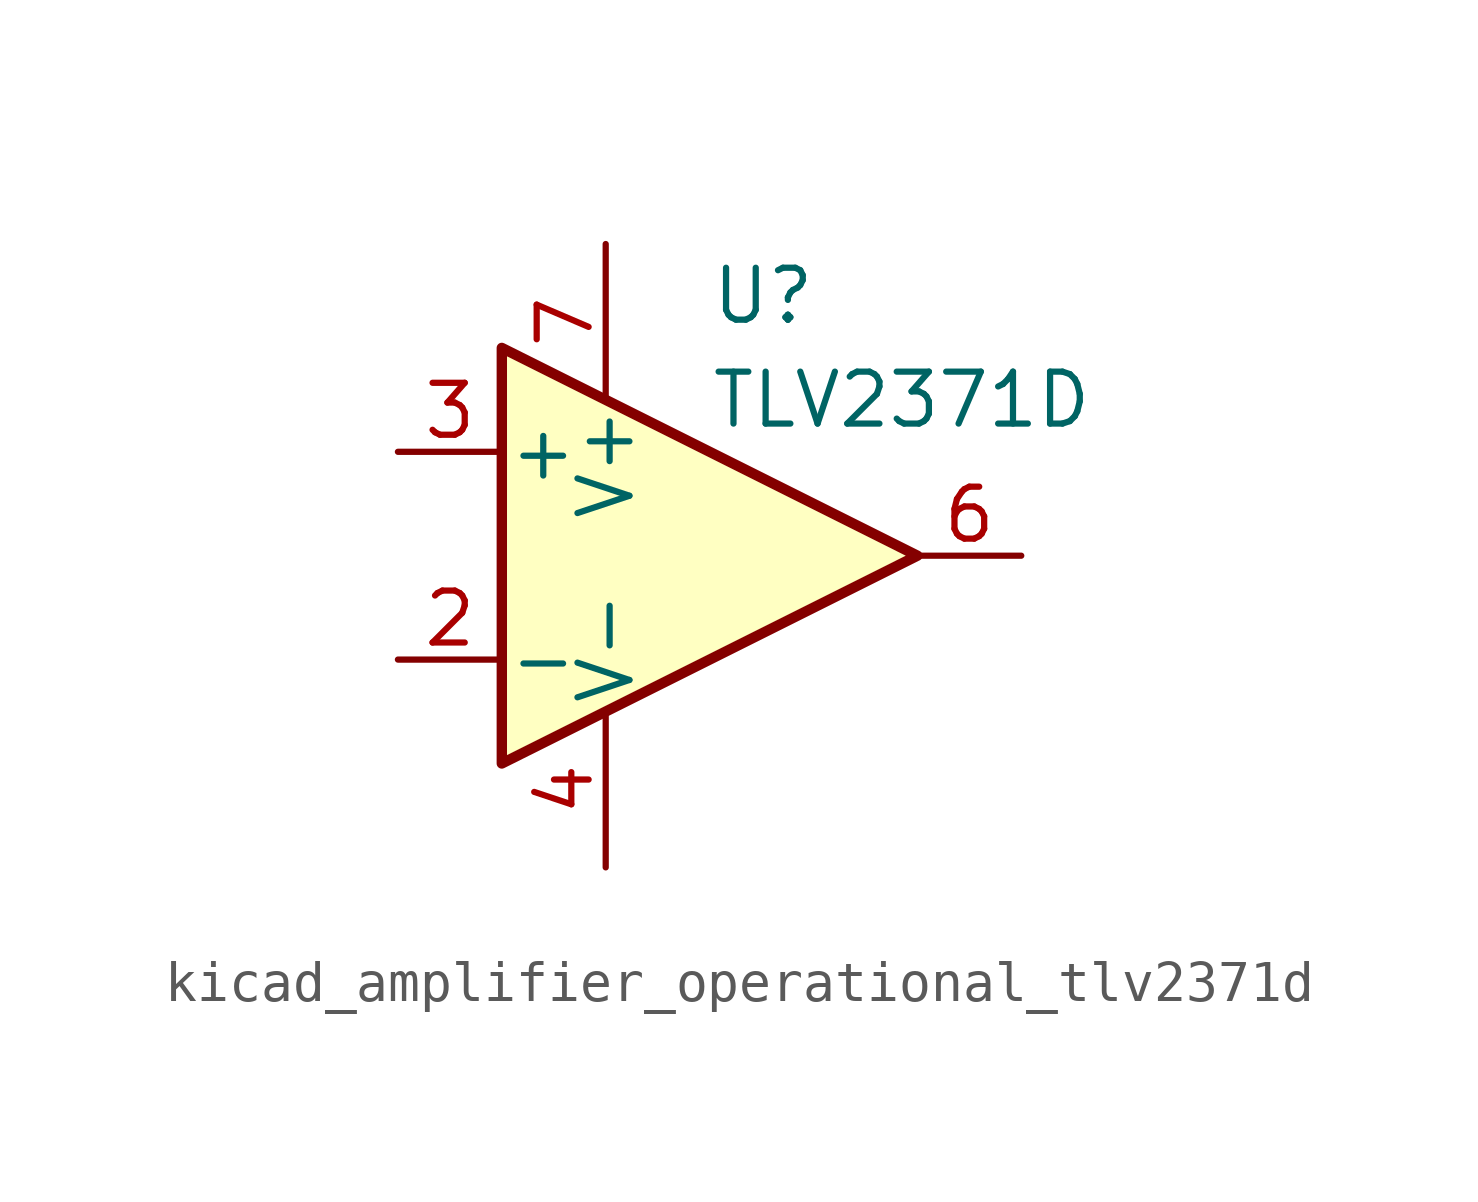
<source format=kicad_sym>
(kicad_symbol_lib
  (version 20220914)
  (generator kicad_symbol_editor)
  (symbol "kicad_amplifier_operational_tlv2371d"
    (pin_names
      (offset 0.127))
    (property "Reference" "U"
      (at 0 6.35 0)
      (effects (font (size 1.27 1.27)) (justify left)))
    (property "Value" "TLV2371D"
      (at 0 3.81 0)
      (effects (font (size 1.27 1.27)) (justify left)))
    (symbol "kicad_amplifier_operational_tlv2371d_0_1"
      (polyline (pts (xy -5.08 5.08) (xy 5.08 0) (xy -5.08 -5.08) (xy -5.08 5.08)) (stroke (width 0.254) (type default)) (fill (type background))))
    (symbol "kicad_amplifier_operational_tlv2371d_1_1"
      (pin no_connect line (at -2.54 2.54 270) (length 2.54) hide (name "NC" (effects (font (size 1.27 1.27)))) (number "1" (effects (font (size 1.27 1.27)))))
      (pin input line (at -7.62 -2.54 0) (length 2.54) (name "-" (effects (font (size 1.27 1.27)))) (number "2" (effects (font (size 1.27 1.27)))))
      (pin input line (at -7.62 2.54 0) (length 2.54) (name "+" (effects (font (size 1.27 1.27)))) (number "3" (effects (font (size 1.27 1.27)))))
      (pin power_in line (at -2.54 -7.62 90) (length 3.81) (name "V-" (effects (font (size 1.27 1.27)))) (number "4" (effects (font (size 1.27 1.27)))))
      (pin no_connect line (at 0 2.54 270) (length 2.54) hide (name "NC" (effects (font (size 1.27 1.27)))) (number "5" (effects (font (size 1.27 1.27)))))
      (pin output line (at 7.62 0 180) (length 2.54) (name "~" (effects (font (size 1.27 1.27)))) (number "6" (effects (font (size 1.27 1.27)))))
      (pin power_in line (at -2.54 7.62 270) (length 3.81) (name "V+" (effects (font (size 1.27 1.27)))) (number "7" (effects (font (size 1.27 1.27)))))
      (pin no_connect line (at 0 -2.54 90) (length 2.54) hide (name "NC" (effects (font (size 1.27 1.27)))) (number "8" (effects (font (size 1.27 1.27))))))))
</source>
